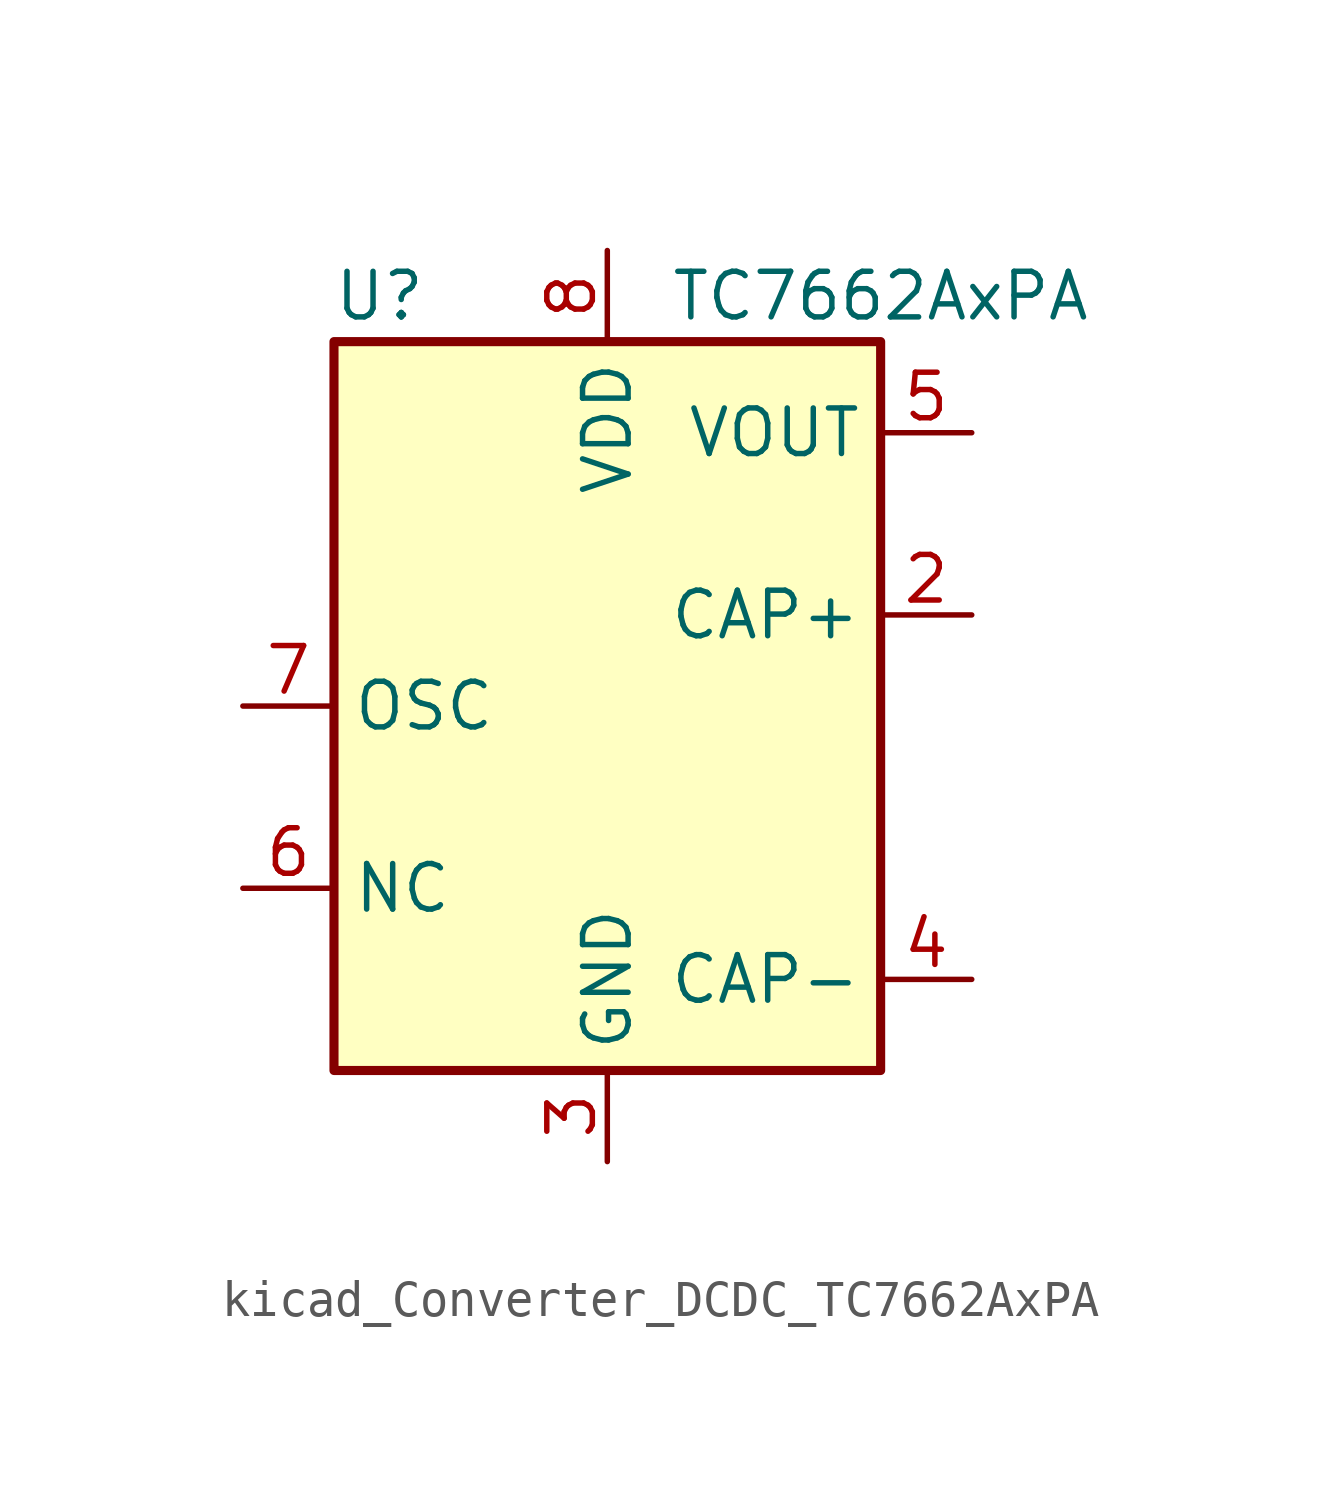
<source format=kicad_sym>
(kicad_symbol_lib
  (version 20220914)
  (generator kicad_symbol_editor)
  (symbol "kicad_Converter_DCDC_TC7662AxPA"
    (property "Reference" "U"
      (at -6.35 11.43 0)
      (effects (font (size 1.27 1.27))))
    (property "Value" "TC7662AxPA"
      (at 7.62 11.43 0)
      (effects (font (size 1.27 1.27))))
    (symbol "kicad_Converter_DCDC_TC7662AxPA_0_1"
      (rectangle (start -7.62 10.16) (end 7.62 -10.16) (stroke (width 0.254) (type default)) (fill (type background))))
    (symbol "kicad_Converter_DCDC_TC7662AxPA_1_1"
      (pin no_connect line (at -7.62 5.08 0) (length 2.54) hide (name "NC" (effects (font (size 1.27 1.27)))) (number "1" (effects (font (size 1.27 1.27)))))
      (pin passive line (at 10.16 2.54 180) (length 2.54) (name "CAP+" (effects (font (size 1.27 1.27)))) (number "2" (effects (font (size 1.27 1.27)))))
      (pin power_in line (at 0 -12.7 90) (length 2.54) (name "GND" (effects (font (size 1.27 1.27)))) (number "3" (effects (font (size 1.27 1.27)))))
      (pin passive line (at 10.16 -7.62 180) (length 2.54) (name "CAP-" (effects (font (size 1.27 1.27)))) (number "4" (effects (font (size 1.27 1.27)))))
      (pin power_out line (at 10.16 7.62 180) (length 2.54) (name "VOUT" (effects (font (size 1.27 1.27)))) (number "5" (effects (font (size 1.27 1.27)))))
      (pin passive line (at -10.16 -5.08 0) (length 2.54) (name "NC" (effects (font (size 1.27 1.27)))) (number "6" (effects (font (size 1.27 1.27)))))
      (pin passive line (at -10.16 0 0) (length 2.54) (name "OSC" (effects (font (size 1.27 1.27)))) (number "7" (effects (font (size 1.27 1.27)))))
      (pin power_in line (at 0 12.7 270) (length 2.54) (name "VDD" (effects (font (size 1.27 1.27)))) (number "8" (effects (font (size 1.27 1.27))))))))
</source>
